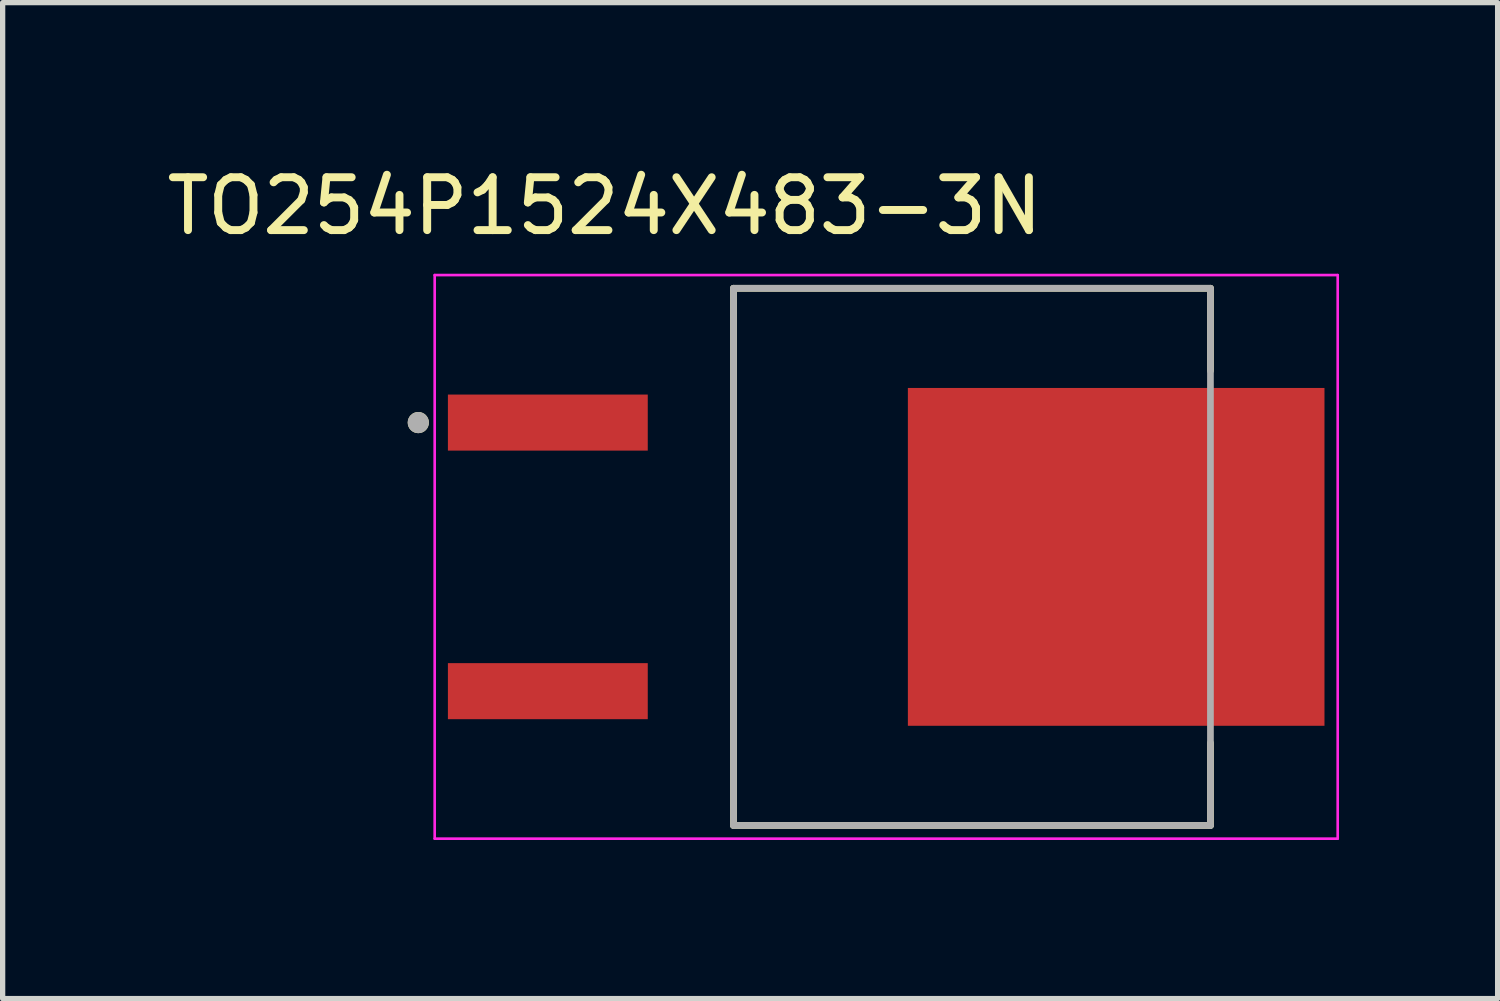
<source format=kicad_pcb>
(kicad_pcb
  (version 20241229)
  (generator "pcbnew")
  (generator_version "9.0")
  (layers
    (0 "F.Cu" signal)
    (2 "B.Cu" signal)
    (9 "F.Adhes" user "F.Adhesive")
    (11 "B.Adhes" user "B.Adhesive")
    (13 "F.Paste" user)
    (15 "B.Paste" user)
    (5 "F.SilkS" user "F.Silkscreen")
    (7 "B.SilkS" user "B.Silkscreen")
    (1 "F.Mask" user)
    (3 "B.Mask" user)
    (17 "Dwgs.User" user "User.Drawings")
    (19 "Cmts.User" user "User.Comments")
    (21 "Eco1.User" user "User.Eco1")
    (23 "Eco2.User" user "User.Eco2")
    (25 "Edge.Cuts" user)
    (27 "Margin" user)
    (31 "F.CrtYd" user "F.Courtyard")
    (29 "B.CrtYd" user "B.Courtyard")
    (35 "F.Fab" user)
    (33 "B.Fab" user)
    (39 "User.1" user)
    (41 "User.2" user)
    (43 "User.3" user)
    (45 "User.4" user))
  (footprint "TO254P1524X483-3N"
    (layer "F.Cu")
    (at 13.712 7.483)
    (property "Reference" "TO254P1524X483-3N" (at -5.325 -6.635 0) (layer "F.SilkS") (effects (font (size 1 1) (thickness 0.15))))
    (attr through_hole)
    (fp_line (start -2.888 -5.08) (end 6.133 -5.08) (stroke (width 0.127) (type solid)) (layer "F.SilkS"))
    (fp_line (start -2.888 5.08) (end -2.888 -5.08) (stroke (width 0.127) (type solid)) (layer "F.SilkS"))
    (fp_line (start 6.133 -5.08) (end 6.133 -3.52) (stroke (width 0.127) (type solid)) (layer "F.SilkS"))
    (fp_line (start 6.133 5.08) (end -2.888 5.08) (stroke (width 0.127) (type solid)) (layer "F.SilkS"))
    (fp_line (start 6.133 5.08) (end 6.133 3.52) (stroke (width 0.127) (type solid)) (layer "F.SilkS"))
    (fp_circle (center -8.85 -2.54) (end -8.75 -2.54) (stroke (width 0.2) (type solid)) (fill no) (layer "F.SilkS"))
    (fp_poly (pts (xy 0.67 -2.85) (xy 2.12 -2.85) (xy 2.12 -1.41) (xy 0.67 -1.41)) (stroke (width 0.01) (type solid)) (fill yes) (layer "F.Paste"))
    (fp_poly (pts (xy 0.67 -0.72) (xy 2.12 -0.72) (xy 2.12 0.72) (xy 0.67 0.72)) (stroke (width 0.01) (type solid)) (fill yes) (layer "F.Paste"))
    (fp_poly (pts (xy 0.67 1.41) (xy 2.12 1.41) (xy 2.12 2.85) (xy 0.67 2.85)) (stroke (width 0.01) (type solid)) (fill yes) (layer "F.Paste"))
    (fp_poly (pts (xy 2.64 -2.85) (xy 4.09 -2.85) (xy 4.09 -1.41) (xy 2.64 -1.41)) (stroke (width 0.01) (type solid)) (fill yes) (layer "F.Paste"))
    (fp_poly (pts (xy 2.64 -0.72) (xy 4.09 -0.72) (xy 4.09 0.72) (xy 2.64 0.72)) (stroke (width 0.01) (type solid)) (fill yes) (layer "F.Paste"))
    (fp_poly (pts (xy 2.64 1.41) (xy 4.09 1.41) (xy 4.09 2.85) (xy 2.64 2.85)) (stroke (width 0.01) (type solid)) (fill yes) (layer "F.Paste"))
    (fp_poly (pts (xy 4.61 -2.85) (xy 6.06 -2.85) (xy 6.06 -1.41) (xy 4.61 -1.41)) (stroke (width 0.01) (type solid)) (fill yes) (layer "F.Paste"))
    (fp_poly (pts (xy 4.61 -0.72) (xy 6.06 -0.72) (xy 6.06 0.72) (xy 4.61 0.72)) (stroke (width 0.01) (type solid)) (fill yes) (layer "F.Paste"))
    (fp_poly (pts (xy 4.61 1.41) (xy 6.06 1.41) (xy 6.06 2.85) (xy 4.61 2.85)) (stroke (width 0.01) (type solid)) (fill yes) (layer "F.Paste"))
    (fp_poly (pts (xy 6.58 -2.85) (xy 8.03 -2.85) (xy 8.03 -1.41) (xy 6.58 -1.41)) (stroke (width 0.01) (type solid)) (fill yes) (layer "F.Paste"))
    (fp_poly (pts (xy 6.58 -0.72) (xy 8.03 -0.72) (xy 8.03 0.72) (xy 6.58 0.72)) (stroke (width 0.01) (type solid)) (fill yes) (layer "F.Paste"))
    (fp_poly (pts (xy 6.58 1.41) (xy 8.03 1.41) (xy 8.03 2.85) (xy 6.58 2.85)) (stroke (width 0.01) (type solid)) (fill yes) (layer "F.Paste"))
    (fp_line (start -8.54 -5.33) (end 8.54 -5.33) (stroke (width 0.05) (type solid)) (layer "F.CrtYd"))
    (fp_line (start -8.54 5.33) (end -8.54 -5.33) (stroke (width 0.05) (type solid)) (layer "F.CrtYd"))
    (fp_line (start 8.54 -5.33) (end 8.54 5.33) (stroke (width 0.05) (type solid)) (layer "F.CrtYd"))
    (fp_line (start 8.54 5.33) (end -8.54 5.33) (stroke (width 0.05) (type solid)) (layer "F.CrtYd"))
    (fp_line (start -2.888 -5.08) (end 6.133 -5.08) (stroke (width 0.127) (type solid)) (layer "F.Fab"))
    (fp_line (start -2.888 5.08) (end -2.888 -5.08) (stroke (width 0.127) (type solid)) (layer "F.Fab"))
    (fp_line (start 6.133 5.08) (end -2.888 5.08) (stroke (width 0.127) (type solid)) (layer "F.Fab"))
    (fp_line (start 6.133 5.08) (end 6.133 -5.08) (stroke (width 0.127) (type solid)) (layer "F.Fab"))
    (fp_circle (center -8.85 -2.54) (end -8.75 -2.54) (stroke (width 0.2) (type solid)) (fill no) (layer "F.Fab"))
    (pad "1" smd rect (at -6.4 -2.54) (size 3.78 1.06) (layers "F.Cu" "F.Mask" "F.Paste"))
    (pad "2" smd rect (at 4.35 0) (size 7.88 6.39) (layers "F.Cu" "F.Mask"))
    (pad "3" smd rect (at -6.4 2.54) (size 3.78 1.06) (layers "F.Cu" "F.Mask" "F.Paste")))
  (gr_rect
    (start -3 -3)
    (end 25.277 15.838)
    (stroke (width 0.1) (type default))
    (fill no)
    (layer "Edge.Cuts")))
</source>
